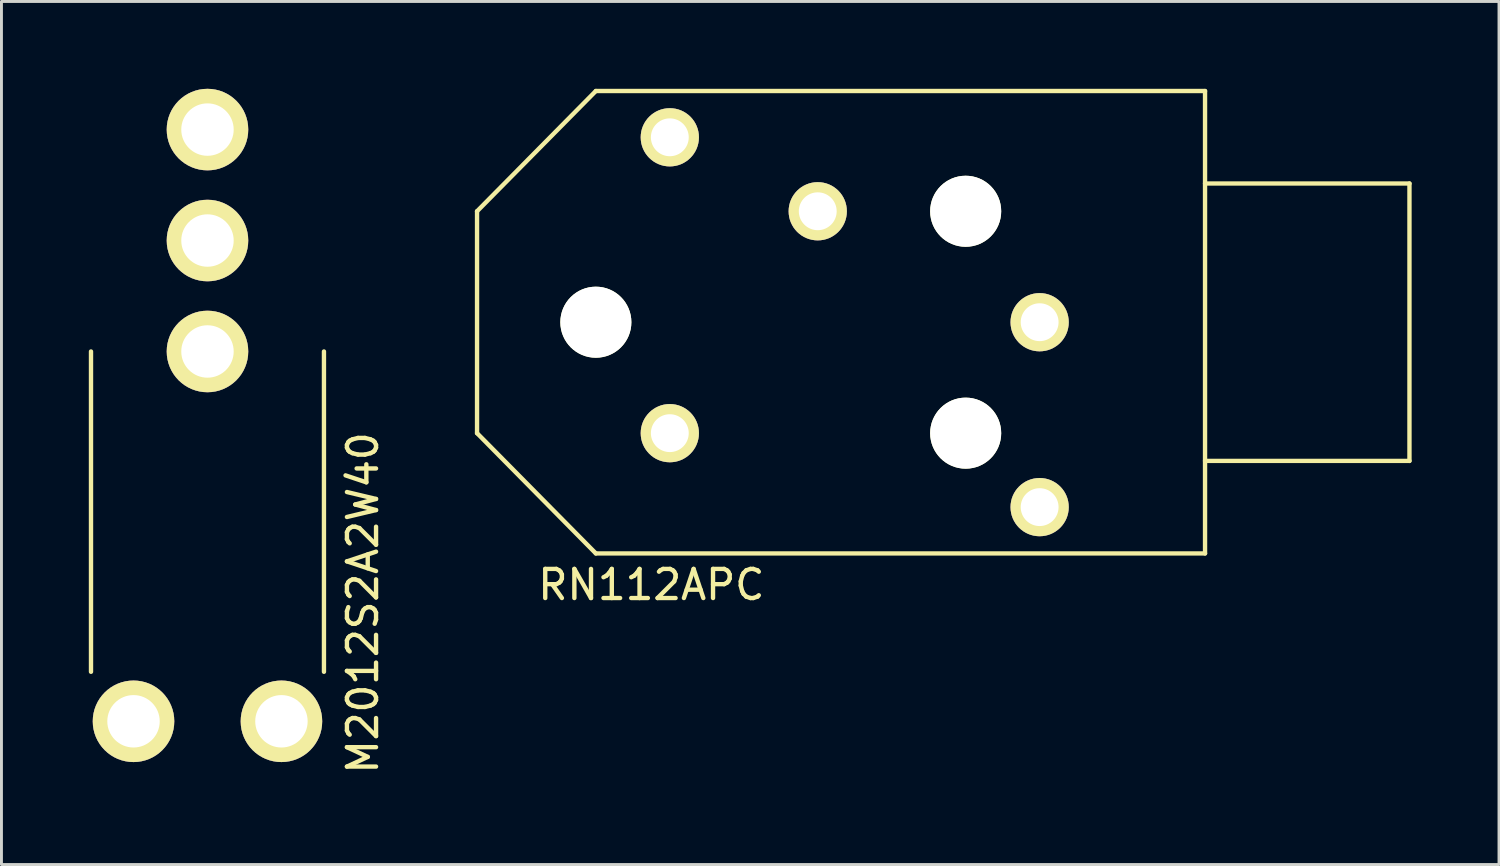
<source format=kicad_pcb>
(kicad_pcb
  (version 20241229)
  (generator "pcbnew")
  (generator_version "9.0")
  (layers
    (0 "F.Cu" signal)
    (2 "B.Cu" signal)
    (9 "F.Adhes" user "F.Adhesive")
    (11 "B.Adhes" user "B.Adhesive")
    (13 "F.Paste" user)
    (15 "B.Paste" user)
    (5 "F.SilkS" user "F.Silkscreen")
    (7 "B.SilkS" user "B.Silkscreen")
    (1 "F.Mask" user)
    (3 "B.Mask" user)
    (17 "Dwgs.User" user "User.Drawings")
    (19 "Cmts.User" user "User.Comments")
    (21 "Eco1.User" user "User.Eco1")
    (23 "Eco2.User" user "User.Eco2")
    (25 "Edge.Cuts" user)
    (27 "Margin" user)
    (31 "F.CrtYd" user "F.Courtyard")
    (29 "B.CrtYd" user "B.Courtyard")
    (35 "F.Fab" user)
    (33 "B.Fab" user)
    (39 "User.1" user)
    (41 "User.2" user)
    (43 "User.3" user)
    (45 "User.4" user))
  (footprint "RN112APC"
    (layer "F.Cu")
    (at 17.412 8.015)
    (property "Reference" "RN112APC" (at 1.905 9.017 180) (layer "F.SilkS") (effects (font (size 1 1) (thickness 0.15))))
    (attr through_hole)
    (fp_line (start -4.08 3.81) (end -4.08 -3.81) (stroke (width 0.15) (type solid)) (layer "F.SilkS"))
    (fp_line (start 0 -7.94) (end -4.08 -3.81) (stroke (width 0.15) (type solid)) (layer "F.SilkS"))
    (fp_line (start 0 -7.94) (end 20.92 -7.94) (stroke (width 0.15) (type solid)) (layer "F.SilkS"))
    (fp_line (start 0 7.94) (end -4.08 3.81) (stroke (width 0.15) (type solid)) (layer "F.SilkS"))
    (fp_line (start 0 7.94) (end 20.92 7.94) (stroke (width 0.15) (type solid)) (layer "F.SilkS"))
    (fp_line (start 20.92 -4.763) (end 27.94 -4.763) (stroke (width 0.15) (type solid)) (layer "F.SilkS"))
    (fp_line (start 20.92 4.763) (end 27.94 4.763) (stroke (width 0.15) (type solid)) (layer "F.SilkS"))
    (fp_line (start 20.92 7.94) (end 20.92 -7.94) (stroke (width 0.15) (type solid)) (layer "F.SilkS"))
    (fp_line (start 27.94 -4.763) (end 27.94 4.763) (stroke (width 0.15) (type solid)) (layer "F.SilkS"))
    (pad "" np_thru_hole circle (at 0 0) (size 2.44 2.44) (drill 2.44) (layers "*.Cu" "*.Mask" "F.SilkS"))
    (pad "" np_thru_hole circle (at 12.7 -3.81) (size 2.44 2.44) (drill 2.44) (layers "*.Cu" "*.Mask" "F.SilkS"))
    (pad "" np_thru_hole circle (at 12.7 3.81) (size 2.44 2.44) (drill 2.44) (layers "*.Cu" "*.Mask" "F.SilkS"))
    (pad "1" thru_hole circle (at 15.24 0) (size 2 2) (drill 1.3) (layers "*.Cu" "*.Mask" "F.SilkS"))
    (pad "2" thru_hole circle (at 2.54 -6.35) (size 2 2) (drill 1.3) (layers "*.Cu" "*.Mask" "F.SilkS"))
    (pad "3" thru_hole circle (at 7.62 -3.81) (size 2 2) (drill 1.3) (layers "*.Cu" "*.Mask" "F.SilkS"))
    (pad "4" thru_hole circle (at 15.24 6.35) (size 2 2) (drill 1.3) (layers "*.Cu" "*.Mask" "F.SilkS"))
    (pad "5" thru_hole circle (at 2.54 3.81) (size 2 2) (drill 1.3) (layers "*.Cu" "*.Mask" "F.SilkS")))
  (footprint "M2012S2A2W40"
    (layer "F.Cu")
    (at 4.075 9.02)
    (property "Reference" "M2012S2A2W40" (at 5.334 8.636 90) (layer "F.SilkS") (effects (font (size 1 1) (thickness 0.15))))
    (attr through_hole)
    (fp_line (start -4 0) (end -4 11) (stroke (width 0.15) (type solid)) (layer "F.SilkS"))
    (fp_line (start 4 0) (end 4 11) (stroke (width 0.15) (type solid)) (layer "F.SilkS"))
    (pad "1" thru_hole circle (at 0 0) (size 2.8 2.8) (drill 1.8) (layers "*.Cu" "*.Mask" "F.SilkS"))
    (pad "2" thru_hole circle (at 0 -3.81) (size 2.8 2.8) (drill 1.8) (layers "*.Cu" "*.Mask" "F.SilkS"))
    (pad "3" thru_hole circle (at 0 -7.62) (size 2.8 2.8) (drill 1.8) (layers "*.Cu" "*.Mask" "F.SilkS"))
    (pad "GND" thru_hole circle (at -2.54 12.7) (size 2.8 2.8) (drill 1.8) (layers "*.Cu" "*.Mask" "F.SilkS"))
    (pad "GND" thru_hole circle (at 2.54 12.7) (size 2.8 2.8) (drill 1.8) (layers "*.Cu" "*.Mask" "F.SilkS")))
  (gr_rect
    (start -3 -3)
    (end 48.427 26.638)
    (stroke (width 0.1) (type default))
    (fill no)
    (layer "Edge.Cuts")))
</source>
